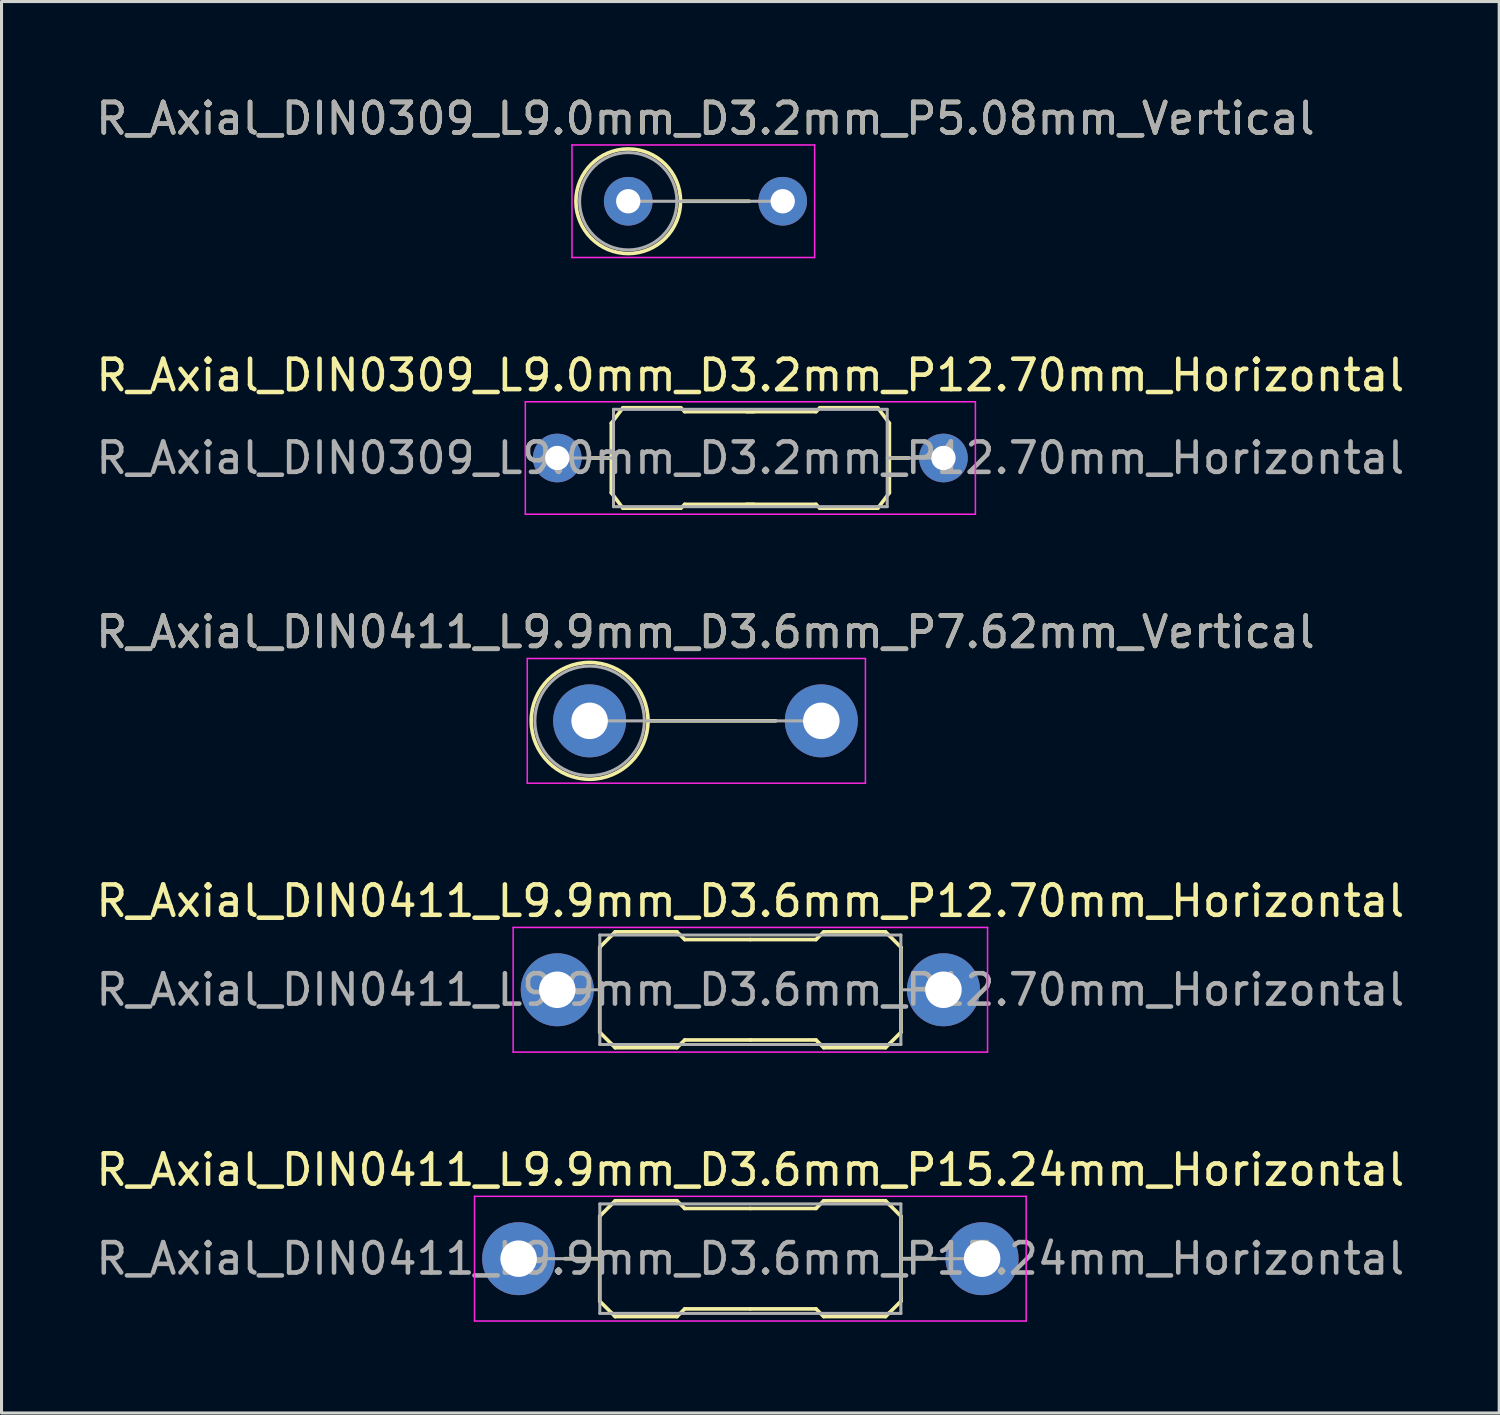
<source format=kicad_pcb>
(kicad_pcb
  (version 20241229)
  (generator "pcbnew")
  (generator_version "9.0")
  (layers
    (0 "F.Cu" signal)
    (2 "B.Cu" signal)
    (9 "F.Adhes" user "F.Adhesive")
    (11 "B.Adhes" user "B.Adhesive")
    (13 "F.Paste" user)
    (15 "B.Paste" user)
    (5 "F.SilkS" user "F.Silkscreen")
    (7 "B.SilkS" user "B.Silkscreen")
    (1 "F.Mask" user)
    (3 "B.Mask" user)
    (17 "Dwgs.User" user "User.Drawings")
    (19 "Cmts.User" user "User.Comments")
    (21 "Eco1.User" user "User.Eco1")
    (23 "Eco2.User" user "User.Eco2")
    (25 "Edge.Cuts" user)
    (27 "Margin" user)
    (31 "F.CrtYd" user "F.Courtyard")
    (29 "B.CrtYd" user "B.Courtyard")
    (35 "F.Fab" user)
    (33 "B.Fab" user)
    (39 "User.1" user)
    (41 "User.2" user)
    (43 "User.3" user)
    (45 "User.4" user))
  (footprint "R_Axial_DIN0411_L9.9mm_D3.6mm_P15.24mm_Horizontal"
    (layer "F.Cu")
    (at 14.005 38.341)
    (property "Reference" "R_Axial_DIN0411_L9.9mm_D3.6mm_P15.24mm_Horizontal" (at 7.62 -2.92 0) (layer "F.SilkS") (effects (font (size 1 1) (thickness 0.15))))
    (attr through_hole)
    (fp_line (start 2.667 -1.397) (end 3.048 -1.778) (stroke (width 0.12) (type solid)) (layer "F.SilkS"))
    (fp_line (start 2.667 0) (end 1.524 0) (stroke (width 0.12) (type solid)) (layer "F.SilkS"))
    (fp_line (start 2.667 1.397) (end 2.667 -1.397) (stroke (width 0.12) (type solid)) (layer "F.SilkS"))
    (fp_line (start 2.667 1.397) (end 3.048 1.778) (stroke (width 0.12) (type solid)) (layer "F.SilkS"))
    (fp_line (start 3.048 -1.778) (end 3.175 -1.905) (stroke (width 0.12) (type solid)) (layer "F.SilkS"))
    (fp_line (start 3.048 1.778) (end 3.175 1.905) (stroke (width 0.12) (type solid)) (layer "F.SilkS"))
    (fp_line (start 3.175 -1.905) (end 5.207 -1.905) (stroke (width 0.12) (type solid)) (layer "F.SilkS"))
    (fp_line (start 3.175 1.905) (end 5.207 1.905) (stroke (width 0.12) (type solid)) (layer "F.SilkS"))
    (fp_line (start 5.207 -1.905) (end 5.461 -1.651) (stroke (width 0.12) (type solid)) (layer "F.SilkS"))
    (fp_line (start 5.207 1.905) (end 5.461 1.651) (stroke (width 0.12) (type solid)) (layer "F.SilkS"))
    (fp_line (start 5.461 -1.651) (end 7.62 -1.651) (stroke (width 0.12) (type solid)) (layer "F.SilkS"))
    (fp_line (start 5.461 1.651) (end 7.62 1.651) (stroke (width 0.12) (type solid)) (layer "F.SilkS"))
    (fp_line (start 9.779 -1.651) (end 7.62 -1.651) (stroke (width 0.12) (type solid)) (layer "F.SilkS"))
    (fp_line (start 9.779 1.651) (end 7.62 1.651) (stroke (width 0.12) (type solid)) (layer "F.SilkS"))
    (fp_line (start 10.033 -1.905) (end 9.779 -1.651) (stroke (width 0.12) (type solid)) (layer "F.SilkS"))
    (fp_line (start 10.033 1.905) (end 9.779 1.651) (stroke (width 0.12) (type solid)) (layer "F.SilkS"))
    (fp_line (start 12.065 -1.905) (end 10.033 -1.905) (stroke (width 0.12) (type solid)) (layer "F.SilkS"))
    (fp_line (start 12.065 1.905) (end 10.033 1.905) (stroke (width 0.12) (type solid)) (layer "F.SilkS"))
    (fp_line (start 12.192 -1.778) (end 12.065 -1.905) (stroke (width 0.12) (type solid)) (layer "F.SilkS"))
    (fp_line (start 12.192 1.778) (end 12.065 1.905) (stroke (width 0.12) (type solid)) (layer "F.SilkS"))
    (fp_line (start 12.573 -1.397) (end 12.192 -1.778) (stroke (width 0.12) (type solid)) (layer "F.SilkS"))
    (fp_line (start 12.573 0) (end 13.716 0) (stroke (width 0.12) (type solid)) (layer "F.SilkS"))
    (fp_line (start 12.573 1.397) (end 12.192 1.778) (stroke (width 0.12) (type solid)) (layer "F.SilkS"))
    (fp_line (start 12.573 1.397) (end 12.573 -1.397) (stroke (width 0.12) (type solid)) (layer "F.SilkS"))
    (fp_line (start -1.45 -2.05) (end -1.45 2.05) (stroke (width 0.05) (type solid)) (layer "F.CrtYd"))
    (fp_line (start -1.45 2.05) (end 16.69 2.05) (stroke (width 0.05) (type solid)) (layer "F.CrtYd"))
    (fp_line (start 16.69 -2.05) (end -1.45 -2.05) (stroke (width 0.05) (type solid)) (layer "F.CrtYd"))
    (fp_line (start 16.69 2.05) (end 16.69 -2.05) (stroke (width 0.05) (type solid)) (layer "F.CrtYd"))
    (fp_line (start 0 0) (end 2.67 0) (stroke (width 0.1) (type solid)) (layer "F.Fab"))
    (fp_line (start 2.67 -1.8) (end 2.67 1.8) (stroke (width 0.1) (type solid)) (layer "F.Fab"))
    (fp_line (start 2.67 1.8) (end 12.57 1.8) (stroke (width 0.1) (type solid)) (layer "F.Fab"))
    (fp_line (start 12.57 -1.8) (end 2.67 -1.8) (stroke (width 0.1) (type solid)) (layer "F.Fab"))
    (fp_line (start 12.57 1.8) (end 12.57 -1.8) (stroke (width 0.1) (type solid)) (layer "F.Fab"))
    (fp_line (start 15.24 0) (end 12.57 0) (stroke (width 0.1) (type solid)) (layer "F.Fab"))
    (fp_text user "${REFERENCE}" (at 7.62 0 0) (layer "F.Fab") (effects (font (size 1 1) (thickness 0.15))))
    (pad "1" thru_hole circle (at 0 0) (size 2.4 2.4) (drill 1.2) (layers "*.Cu" "*.Mask"))
    (pad "2" thru_hole oval (at 15.24 0) (size 2.4 2.4) (drill 1.2) (layers "*.Cu" "*.Mask")))
  (footprint "R_Axial_DIN0309_L9.0mm_D3.2mm_P12.70mm_Horizontal"
    (layer "F.Cu")
    (at 15.275 12.011)
    (property "Reference" "R_Axial_DIN0309_L9.0mm_D3.2mm_P12.70mm_Horizontal" (at 6.35 -2.72 0) (layer "F.SilkS") (effects (font (size 1 1) (thickness 0.15))))
    (attr through_hole)
    (fp_line (start 1.778 -1.143) (end 2.159 -1.651) (stroke (width 0.12) (type solid)) (layer "F.SilkS"))
    (fp_line (start 1.778 0) (end 1.143 0) (stroke (width 0.12) (type solid)) (layer "F.SilkS"))
    (fp_line (start 1.778 1.143) (end 1.778 -1.143) (stroke (width 0.12) (type solid)) (layer "F.SilkS"))
    (fp_line (start 1.778 1.143) (end 2.159 1.651) (stroke (width 0.12) (type solid)) (layer "F.SilkS"))
    (fp_line (start 2.159 -1.651) (end 4.064 -1.651) (stroke (width 0.12) (type solid)) (layer "F.SilkS"))
    (fp_line (start 2.159 1.651) (end 4.064 1.651) (stroke (width 0.12) (type solid)) (layer "F.SilkS"))
    (fp_line (start 4.064 -1.651) (end 4.191 -1.524) (stroke (width 0.12) (type solid)) (layer "F.SilkS"))
    (fp_line (start 4.064 1.651) (end 4.191 1.524) (stroke (width 0.12) (type solid)) (layer "F.SilkS"))
    (fp_line (start 4.191 -1.524) (end 6.477 -1.524) (stroke (width 0.12) (type solid)) (layer "F.SilkS"))
    (fp_line (start 4.191 1.524) (end 6.477 1.524) (stroke (width 0.12) (type solid)) (layer "F.SilkS"))
    (fp_line (start 8.509 -1.524) (end 6.223 -1.524) (stroke (width 0.12) (type solid)) (layer "F.SilkS"))
    (fp_line (start 8.509 1.524) (end 6.223 1.524) (stroke (width 0.12) (type solid)) (layer "F.SilkS"))
    (fp_line (start 8.636 -1.651) (end 8.509 -1.524) (stroke (width 0.12) (type solid)) (layer "F.SilkS"))
    (fp_line (start 8.636 1.651) (end 8.509 1.524) (stroke (width 0.12) (type solid)) (layer "F.SilkS"))
    (fp_line (start 10.541 -1.651) (end 8.636 -1.651) (stroke (width 0.12) (type solid)) (layer "F.SilkS"))
    (fp_line (start 10.541 1.651) (end 8.636 1.651) (stroke (width 0.12) (type solid)) (layer "F.SilkS"))
    (fp_line (start 10.922 -1.143) (end 10.541 -1.651) (stroke (width 0.12) (type solid)) (layer "F.SilkS"))
    (fp_line (start 10.922 0) (end 11.557 0) (stroke (width 0.12) (type solid)) (layer "F.SilkS"))
    (fp_line (start 10.922 1.143) (end 10.541 1.651) (stroke (width 0.12) (type solid)) (layer "F.SilkS"))
    (fp_line (start 10.922 1.143) (end 10.922 -1.143) (stroke (width 0.12) (type solid)) (layer "F.SilkS"))
    (fp_line (start -1.05 -1.85) (end -1.05 1.85) (stroke (width 0.05) (type solid)) (layer "F.CrtYd"))
    (fp_line (start -1.05 1.85) (end 13.75 1.85) (stroke (width 0.05) (type solid)) (layer "F.CrtYd"))
    (fp_line (start 13.75 -1.85) (end -1.05 -1.85) (stroke (width 0.05) (type solid)) (layer "F.CrtYd"))
    (fp_line (start 13.75 1.85) (end 13.75 -1.85) (stroke (width 0.05) (type solid)) (layer "F.CrtYd"))
    (fp_line (start 0 0) (end 1.85 0) (stroke (width 0.1) (type solid)) (layer "F.Fab"))
    (fp_line (start 1.85 -1.6) (end 1.85 1.6) (stroke (width 0.1) (type solid)) (layer "F.Fab"))
    (fp_line (start 1.85 1.6) (end 10.85 1.6) (stroke (width 0.1) (type solid)) (layer "F.Fab"))
    (fp_line (start 10.85 -1.6) (end 1.85 -1.6) (stroke (width 0.1) (type solid)) (layer "F.Fab"))
    (fp_line (start 10.85 1.6) (end 10.85 -1.6) (stroke (width 0.1) (type solid)) (layer "F.Fab"))
    (fp_line (start 12.7 0) (end 10.85 0) (stroke (width 0.1) (type solid)) (layer "F.Fab"))
    (fp_text user "${REFERENCE}" (at 6.35 0 0) (layer "F.Fab") (effects (font (size 1 1) (thickness 0.15))))
    (pad "1" thru_hole circle (at 0 0) (size 1.6 1.6) (drill 0.8) (layers "*.Cu" "*.Mask"))
    (pad "2" thru_hole oval (at 12.7 0) (size 1.6 1.6) (drill 0.8) (layers "*.Cu" "*.Mask")))
  (footprint "R_Axial_DIN0411_L9.9mm_D3.6mm_P12.70mm_Horizontal"
    (layer "F.Cu")
    (at 15.275 29.498)
    (property "Reference" "R_Axial_DIN0411_L9.9mm_D3.6mm_P12.70mm_Horizontal" (at 6.35 -2.92 0) (layer "F.SilkS") (effects (font (size 1 1) (thickness 0.15))))
    (attr through_hole)
    (fp_line (start 1.397 -1.397) (end 1.778 -1.778) (stroke (width 0.12) (type solid)) (layer "F.SilkS"))
    (fp_line (start 1.397 1.397) (end 1.397 -1.397) (stroke (width 0.12) (type solid)) (layer "F.SilkS"))
    (fp_line (start 1.397 1.397) (end 1.778 1.778) (stroke (width 0.12) (type solid)) (layer "F.SilkS"))
    (fp_line (start 1.778 -1.778) (end 1.905 -1.905) (stroke (width 0.12) (type solid)) (layer "F.SilkS"))
    (fp_line (start 1.778 1.778) (end 1.905 1.905) (stroke (width 0.12) (type solid)) (layer "F.SilkS"))
    (fp_line (start 1.905 -1.905) (end 3.937 -1.905) (stroke (width 0.12) (type solid)) (layer "F.SilkS"))
    (fp_line (start 1.905 1.905) (end 3.937 1.905) (stroke (width 0.12) (type solid)) (layer "F.SilkS"))
    (fp_line (start 3.937 -1.905) (end 4.191 -1.651) (stroke (width 0.12) (type solid)) (layer "F.SilkS"))
    (fp_line (start 3.937 1.905) (end 4.191 1.651) (stroke (width 0.12) (type solid)) (layer "F.SilkS"))
    (fp_line (start 4.191 -1.651) (end 6.35 -1.651) (stroke (width 0.12) (type solid)) (layer "F.SilkS"))
    (fp_line (start 4.191 1.651) (end 6.35 1.651) (stroke (width 0.12) (type solid)) (layer "F.SilkS"))
    (fp_line (start 8.509 -1.651) (end 6.35 -1.651) (stroke (width 0.12) (type solid)) (layer "F.SilkS"))
    (fp_line (start 8.509 1.651) (end 6.35 1.651) (stroke (width 0.12) (type solid)) (layer "F.SilkS"))
    (fp_line (start 8.763 -1.905) (end 8.509 -1.651) (stroke (width 0.12) (type solid)) (layer "F.SilkS"))
    (fp_line (start 8.763 1.905) (end 8.509 1.651) (stroke (width 0.12) (type solid)) (layer "F.SilkS"))
    (fp_line (start 10.795 -1.905) (end 8.763 -1.905) (stroke (width 0.12) (type solid)) (layer "F.SilkS"))
    (fp_line (start 10.795 1.905) (end 8.763 1.905) (stroke (width 0.12) (type solid)) (layer "F.SilkS"))
    (fp_line (start 10.922 -1.778) (end 10.795 -1.905) (stroke (width 0.12) (type solid)) (layer "F.SilkS"))
    (fp_line (start 10.922 1.778) (end 10.795 1.905) (stroke (width 0.12) (type solid)) (layer "F.SilkS"))
    (fp_line (start 11.303 -1.397) (end 10.922 -1.778) (stroke (width 0.12) (type solid)) (layer "F.SilkS"))
    (fp_line (start 11.303 1.397) (end 10.922 1.778) (stroke (width 0.12) (type solid)) (layer "F.SilkS"))
    (fp_line (start 11.303 1.397) (end 11.303 -1.397) (stroke (width 0.12) (type solid)) (layer "F.SilkS"))
    (fp_line (start -1.45 -2.05) (end -1.45 2.05) (stroke (width 0.05) (type solid)) (layer "F.CrtYd"))
    (fp_line (start -1.45 2.05) (end 14.15 2.05) (stroke (width 0.05) (type solid)) (layer "F.CrtYd"))
    (fp_line (start 14.15 -2.05) (end -1.45 -2.05) (stroke (width 0.05) (type solid)) (layer "F.CrtYd"))
    (fp_line (start 14.15 2.05) (end 14.15 -2.05) (stroke (width 0.05) (type solid)) (layer "F.CrtYd"))
    (fp_line (start 0 0) (end 1.4 0) (stroke (width 0.1) (type solid)) (layer "F.Fab"))
    (fp_line (start 1.4 -1.8) (end 1.4 1.8) (stroke (width 0.1) (type solid)) (layer "F.Fab"))
    (fp_line (start 1.4 1.8) (end 11.3 1.8) (stroke (width 0.1) (type solid)) (layer "F.Fab"))
    (fp_line (start 11.3 -1.8) (end 1.4 -1.8) (stroke (width 0.1) (type solid)) (layer "F.Fab"))
    (fp_line (start 11.3 1.8) (end 11.3 -1.8) (stroke (width 0.1) (type solid)) (layer "F.Fab"))
    (fp_line (start 12.7 0) (end 11.3 0) (stroke (width 0.1) (type solid)) (layer "F.Fab"))
    (fp_text user "${REFERENCE}" (at 6.35 0 0) (layer "F.Fab") (effects (font (size 1 1) (thickness 0.15))))
    (pad "1" thru_hole circle (at 0 0) (size 2.4 2.4) (drill 1.2) (layers "*.Cu" "*.Mask"))
    (pad "2" thru_hole oval (at 12.7 0) (size 2.4 2.4) (drill 1.2) (layers "*.Cu" "*.Mask")))
  (footprint "R_Axial_DIN0411_L9.9mm_D3.6mm_P7.62mm_Vertical"
    (layer "F.Cu")
    (at 16.339 20.655)
    (property "Reference" "R_Axial_DIN0411_L9.9mm_D3.6mm_P7.62mm_Vertical" (at 3.81 -2.92 0) (layer "F.SilkS") (effects (font (size 1 1) (thickness 0.15))))
    (attr through_hole)
    (fp_line (start 1.92 0) (end 6.12 0) (stroke (width 0.12) (type solid)) (layer "F.SilkS"))
    (fp_circle (center 0 0) (end 1.92 0) (stroke (width 0.12) (type solid)) (fill no) (layer "F.SilkS"))
    (fp_line (start -2.05 -2.05) (end -2.05 2.05) (stroke (width 0.05) (type solid)) (layer "F.CrtYd"))
    (fp_line (start -2.05 2.05) (end 9.07 2.05) (stroke (width 0.05) (type solid)) (layer "F.CrtYd"))
    (fp_line (start 9.07 -2.05) (end -2.05 -2.05) (stroke (width 0.05) (type solid)) (layer "F.CrtYd"))
    (fp_line (start 9.07 2.05) (end 9.07 -2.05) (stroke (width 0.05) (type solid)) (layer "F.CrtYd"))
    (fp_line (start 0 0) (end 7.62 0) (stroke (width 0.1) (type solid)) (layer "F.Fab"))
    (fp_circle (center 0 0) (end 1.8 0) (stroke (width 0.1) (type solid)) (fill no) (layer "F.Fab"))
    (fp_text user "${REFERENCE}" (at 3.81 -2.92 0) (layer "F.Fab") (effects (font (size 1 1) (thickness 0.15))))
    (pad "1" thru_hole circle (at 0 0) (size 2.4 2.4) (drill 1.2) (layers "*.Cu" "*.Mask"))
    (pad "2" thru_hole oval (at 7.62 0) (size 2.4 2.4) (drill 1.2) (layers "*.Cu" "*.Mask")))
  (footprint "R_Axial_DIN0309_L9.0mm_D3.2mm_P5.08mm_Vertical"
    (layer "F.Cu")
    (at 17.609 3.568)
    (property "Reference" "R_Axial_DIN0309_L9.0mm_D3.2mm_P5.08mm_Vertical" (at 2.54 -2.72 0) (layer "F.SilkS") (effects (font (size 1 1) (thickness 0.15))))
    (attr through_hole)
    (fp_line (start 1.72 0) (end 3.98 0) (stroke (width 0.12) (type solid)) (layer "F.SilkS"))
    (fp_circle (center 0 0) (end 1.72 0) (stroke (width 0.12) (type solid)) (fill no) (layer "F.SilkS"))
    (fp_line (start -1.85 -1.85) (end -1.85 1.85) (stroke (width 0.05) (type solid)) (layer "F.CrtYd"))
    (fp_line (start -1.85 1.85) (end 6.13 1.85) (stroke (width 0.05) (type solid)) (layer "F.CrtYd"))
    (fp_line (start 6.13 -1.85) (end -1.85 -1.85) (stroke (width 0.05) (type solid)) (layer "F.CrtYd"))
    (fp_line (start 6.13 1.85) (end 6.13 -1.85) (stroke (width 0.05) (type solid)) (layer "F.CrtYd"))
    (fp_line (start 0 0) (end 5.08 0) (stroke (width 0.1) (type solid)) (layer "F.Fab"))
    (fp_circle (center 0 0) (end 1.6 0) (stroke (width 0.1) (type solid)) (fill no) (layer "F.Fab"))
    (fp_text user "${REFERENCE}" (at 2.54 -2.72 0) (layer "F.Fab") (effects (font (size 1 1) (thickness 0.15))))
    (pad "1" thru_hole circle (at 0 0) (size 1.6 1.6) (drill 0.8) (layers "*.Cu" "*.Mask"))
    (pad "2" thru_hole oval (at 5.08 0) (size 1.6 1.6) (drill 0.8) (layers "*.Cu" "*.Mask")))
  (gr_rect
    (start -3 -3)
    (end 46.25 43.416)
    (stroke (width 0.1) (type default))
    (fill no)
    (layer "Edge.Cuts")))
</source>
